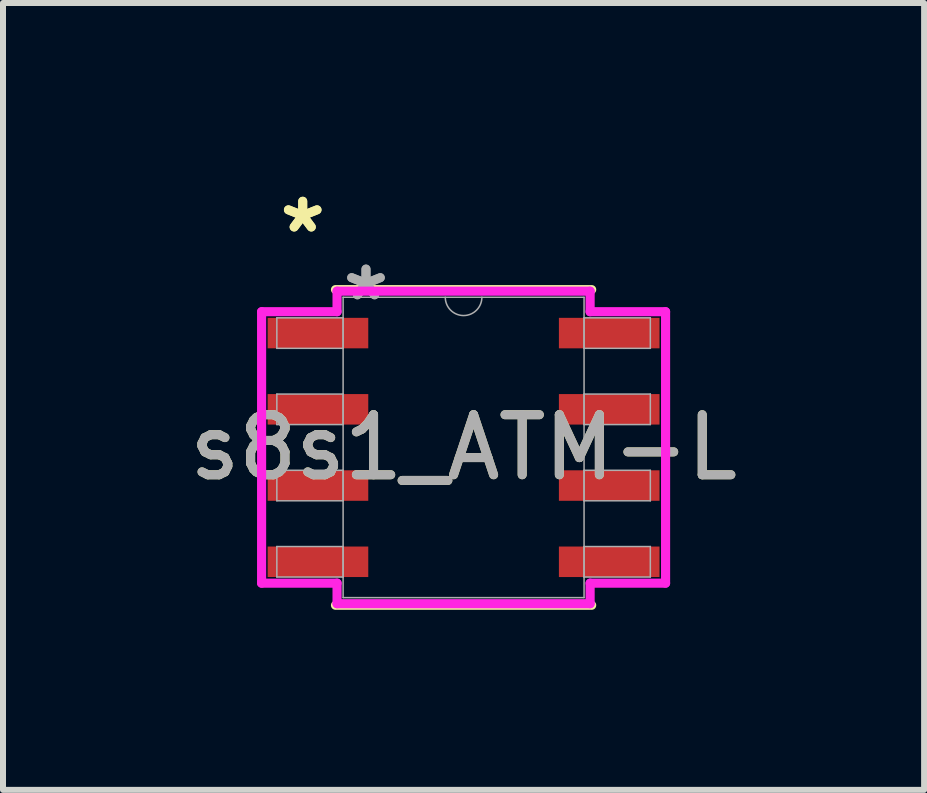
<source format=kicad_pcb>
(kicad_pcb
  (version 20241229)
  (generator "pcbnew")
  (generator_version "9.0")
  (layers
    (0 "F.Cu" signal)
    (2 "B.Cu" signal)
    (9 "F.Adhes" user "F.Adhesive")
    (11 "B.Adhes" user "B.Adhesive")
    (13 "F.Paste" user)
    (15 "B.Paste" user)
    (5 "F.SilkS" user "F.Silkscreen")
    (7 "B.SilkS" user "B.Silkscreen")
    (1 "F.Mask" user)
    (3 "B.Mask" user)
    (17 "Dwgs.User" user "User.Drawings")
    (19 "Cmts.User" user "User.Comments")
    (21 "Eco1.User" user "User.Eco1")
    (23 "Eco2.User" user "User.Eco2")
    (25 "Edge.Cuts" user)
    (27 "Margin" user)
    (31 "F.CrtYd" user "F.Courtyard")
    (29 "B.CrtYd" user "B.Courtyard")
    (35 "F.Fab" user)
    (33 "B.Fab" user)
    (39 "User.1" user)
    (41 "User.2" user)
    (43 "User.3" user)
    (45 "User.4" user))
  (footprint "s8s1_ATM-L"
    (layer "F.Cu")
    (at 4.673 4.404)
    (property "Reference" "s8s1_ATM-L" (at 0 0 0) (unlocked yes) (layer "F.SilkS") (effects (font (size 1 1) (thickness 0.15))))
    (attr smd)
    (fp_line (start -2.134 2.629) (end 2.134 2.629) (stroke (width 0.152) (type solid)) (layer "F.SilkS"))
    (fp_line (start 2.134 -2.629) (end -2.134 -2.629) (stroke (width 0.152) (type solid)) (layer "F.SilkS"))
    (fp_line (start -3.365 -2.261) (end -2.108 -2.261) (stroke (width 0.152) (type solid)) (layer "F.CrtYd"))
    (fp_line (start -3.365 2.261) (end -3.365 -2.261) (stroke (width 0.152) (type solid)) (layer "F.CrtYd"))
    (fp_line (start -3.365 2.261) (end -2.108 2.261) (stroke (width 0.152) (type solid)) (layer "F.CrtYd"))
    (fp_line (start -2.108 -2.603) (end 2.108 -2.603) (stroke (width 0.152) (type solid)) (layer "F.CrtYd"))
    (fp_line (start -2.108 -2.261) (end -2.108 -2.603) (stroke (width 0.152) (type solid)) (layer "F.CrtYd"))
    (fp_line (start -2.108 2.603) (end -2.108 2.261) (stroke (width 0.152) (type solid)) (layer "F.CrtYd"))
    (fp_line (start 2.108 -2.603) (end 2.108 -2.261) (stroke (width 0.152) (type solid)) (layer "F.CrtYd"))
    (fp_line (start 2.108 2.261) (end 2.108 2.603) (stroke (width 0.152) (type solid)) (layer "F.CrtYd"))
    (fp_line (start 2.108 2.603) (end -2.108 2.603) (stroke (width 0.152) (type solid)) (layer "F.CrtYd"))
    (fp_line (start 3.365 -2.261) (end 2.108 -2.261) (stroke (width 0.152) (type solid)) (layer "F.CrtYd"))
    (fp_line (start 3.365 -2.261) (end 3.365 2.261) (stroke (width 0.152) (type solid)) (layer "F.CrtYd"))
    (fp_line (start 3.365 2.261) (end 2.108 2.261) (stroke (width 0.152) (type solid)) (layer "F.CrtYd"))
    (fp_line (start -3.111 -2.159) (end -3.111 -1.651) (stroke (width 0.025) (type solid)) (layer "F.Fab"))
    (fp_line (start -3.111 -1.651) (end -2.007 -1.651) (stroke (width 0.025) (type solid)) (layer "F.Fab"))
    (fp_line (start -3.111 -0.889) (end -3.111 -0.381) (stroke (width 0.025) (type solid)) (layer "F.Fab"))
    (fp_line (start -3.111 -0.381) (end -2.007 -0.381) (stroke (width 0.025) (type solid)) (layer "F.Fab"))
    (fp_line (start -3.111 0.381) (end -3.111 0.889) (stroke (width 0.025) (type solid)) (layer "F.Fab"))
    (fp_line (start -3.111 0.889) (end -2.007 0.889) (stroke (width 0.025) (type solid)) (layer "F.Fab"))
    (fp_line (start -3.111 1.651) (end -3.111 2.159) (stroke (width 0.025) (type solid)) (layer "F.Fab"))
    (fp_line (start -3.111 2.159) (end -2.007 2.159) (stroke (width 0.025) (type solid)) (layer "F.Fab"))
    (fp_line (start -2.007 -2.502) (end -2.007 2.502) (stroke (width 0.025) (type solid)) (layer "F.Fab"))
    (fp_line (start -2.007 -2.159) (end -3.111 -2.159) (stroke (width 0.025) (type solid)) (layer "F.Fab"))
    (fp_line (start -2.007 -1.651) (end -2.007 -2.159) (stroke (width 0.025) (type solid)) (layer "F.Fab"))
    (fp_line (start -2.007 -0.889) (end -3.111 -0.889) (stroke (width 0.025) (type solid)) (layer "F.Fab"))
    (fp_line (start -2.007 -0.381) (end -2.007 -0.889) (stroke (width 0.025) (type solid)) (layer "F.Fab"))
    (fp_line (start -2.007 0.381) (end -3.111 0.381) (stroke (width 0.025) (type solid)) (layer "F.Fab"))
    (fp_line (start -2.007 0.889) (end -2.007 0.381) (stroke (width 0.025) (type solid)) (layer "F.Fab"))
    (fp_line (start -2.007 1.651) (end -3.111 1.651) (stroke (width 0.025) (type solid)) (layer "F.Fab"))
    (fp_line (start -2.007 2.159) (end -2.007 1.651) (stroke (width 0.025) (type solid)) (layer "F.Fab"))
    (fp_line (start -2.007 2.502) (end 2.007 2.502) (stroke (width 0.025) (type solid)) (layer "F.Fab"))
    (fp_line (start 2.007 -2.502) (end -2.007 -2.502) (stroke (width 0.025) (type solid)) (layer "F.Fab"))
    (fp_line (start 2.007 -2.159) (end 2.007 -1.651) (stroke (width 0.025) (type solid)) (layer "F.Fab"))
    (fp_line (start 2.007 -1.651) (end 3.111 -1.651) (stroke (width 0.025) (type solid)) (layer "F.Fab"))
    (fp_line (start 2.007 -0.889) (end 2.007 -0.381) (stroke (width 0.025) (type solid)) (layer "F.Fab"))
    (fp_line (start 2.007 -0.381) (end 3.111 -0.381) (stroke (width 0.025) (type solid)) (layer "F.Fab"))
    (fp_line (start 2.007 0.381) (end 2.007 0.889) (stroke (width 0.025) (type solid)) (layer "F.Fab"))
    (fp_line (start 2.007 0.889) (end 3.111 0.889) (stroke (width 0.025) (type solid)) (layer "F.Fab"))
    (fp_line (start 2.007 1.651) (end 2.007 2.159) (stroke (width 0.025) (type solid)) (layer "F.Fab"))
    (fp_line (start 2.007 2.159) (end 3.111 2.159) (stroke (width 0.025) (type solid)) (layer "F.Fab"))
    (fp_line (start 2.007 2.502) (end 2.007 -2.502) (stroke (width 0.025) (type solid)) (layer "F.Fab"))
    (fp_line (start 3.111 -2.159) (end 2.007 -2.159) (stroke (width 0.025) (type solid)) (layer "F.Fab"))
    (fp_line (start 3.111 -1.651) (end 3.111 -2.159) (stroke (width 0.025) (type solid)) (layer "F.Fab"))
    (fp_line (start 3.111 -0.889) (end 2.007 -0.889) (stroke (width 0.025) (type solid)) (layer "F.Fab"))
    (fp_line (start 3.111 -0.381) (end 3.111 -0.889) (stroke (width 0.025) (type solid)) (layer "F.Fab"))
    (fp_line (start 3.111 0.381) (end 2.007 0.381) (stroke (width 0.025) (type solid)) (layer "F.Fab"))
    (fp_line (start 3.111 0.889) (end 3.111 0.381) (stroke (width 0.025) (type solid)) (layer "F.Fab"))
    (fp_line (start 3.111 1.651) (end 2.007 1.651) (stroke (width 0.025) (type solid)) (layer "F.Fab"))
    (fp_line (start 3.111 2.159) (end 3.111 1.651) (stroke (width 0.025) (type solid)) (layer "F.Fab"))
    (fp_arc (start 0.3048 -2.5019) (mid 0 -2.1971) (end -0.3048 -2.5019) (stroke (width 0.0254) (type solid)) (layer "F.Fab"))
    (fp_text user "*" (at -2.68 -3.556 0) (unlocked yes) (layer "F.SilkS") (effects (font (size 1 1) (thickness 0.15))))
    (fp_text user "*" (at -2.68 -3.556 0) (layer "F.SilkS") (effects (font (size 1 1) (thickness 0.15))))
    (fp_text user "*" (at -1.626 -2.426 0) (layer "F.Fab") (effects (font (size 1 1) (thickness 0.15))))
    (fp_text user "${REFERENCE}" (at 0 0 0) (unlocked yes) (layer "F.Fab") (effects (font (size 1 1) (thickness 0.15))))
    (fp_text user "*" (at -1.626 -2.426 0) (unlocked yes) (layer "F.Fab") (effects (font (size 1 1) (thickness 0.15))))
    (pad "1" smd rect (at -2.426 -1.905) (size 1.676 0.508) (layers "F.Cu" "F.Mask" "F.Paste"))
    (pad "2" smd rect (at -2.426 -0.635) (size 1.676 0.508) (layers "F.Cu" "F.Mask" "F.Paste"))
    (pad "3" smd rect (at -2.426 0.635) (size 1.676 0.508) (layers "F.Cu" "F.Mask" "F.Paste"))
    (pad "4" smd rect (at -2.426 1.905) (size 1.676 0.508) (layers "F.Cu" "F.Mask" "F.Paste"))
    (pad "5" smd rect (at 2.426 1.905) (size 1.676 0.508) (layers "F.Cu" "F.Mask" "F.Paste"))
    (pad "6" smd rect (at 2.426 0.635) (size 1.676 0.508) (layers "F.Cu" "F.Mask" "F.Paste"))
    (pad "7" smd rect (at 2.426 -0.635) (size 1.676 0.508) (layers "F.Cu" "F.Mask" "F.Paste"))
    (pad "8" smd rect (at 2.426 -1.905) (size 1.676 0.508) (layers "F.Cu" "F.Mask" "F.Paste")))
  (gr_rect
    (start -3 -3)
    (end 12.345 10.109)
    (stroke (width 0.1) (type default))
    (fill no)
    (layer "Edge.Cuts")))
</source>
